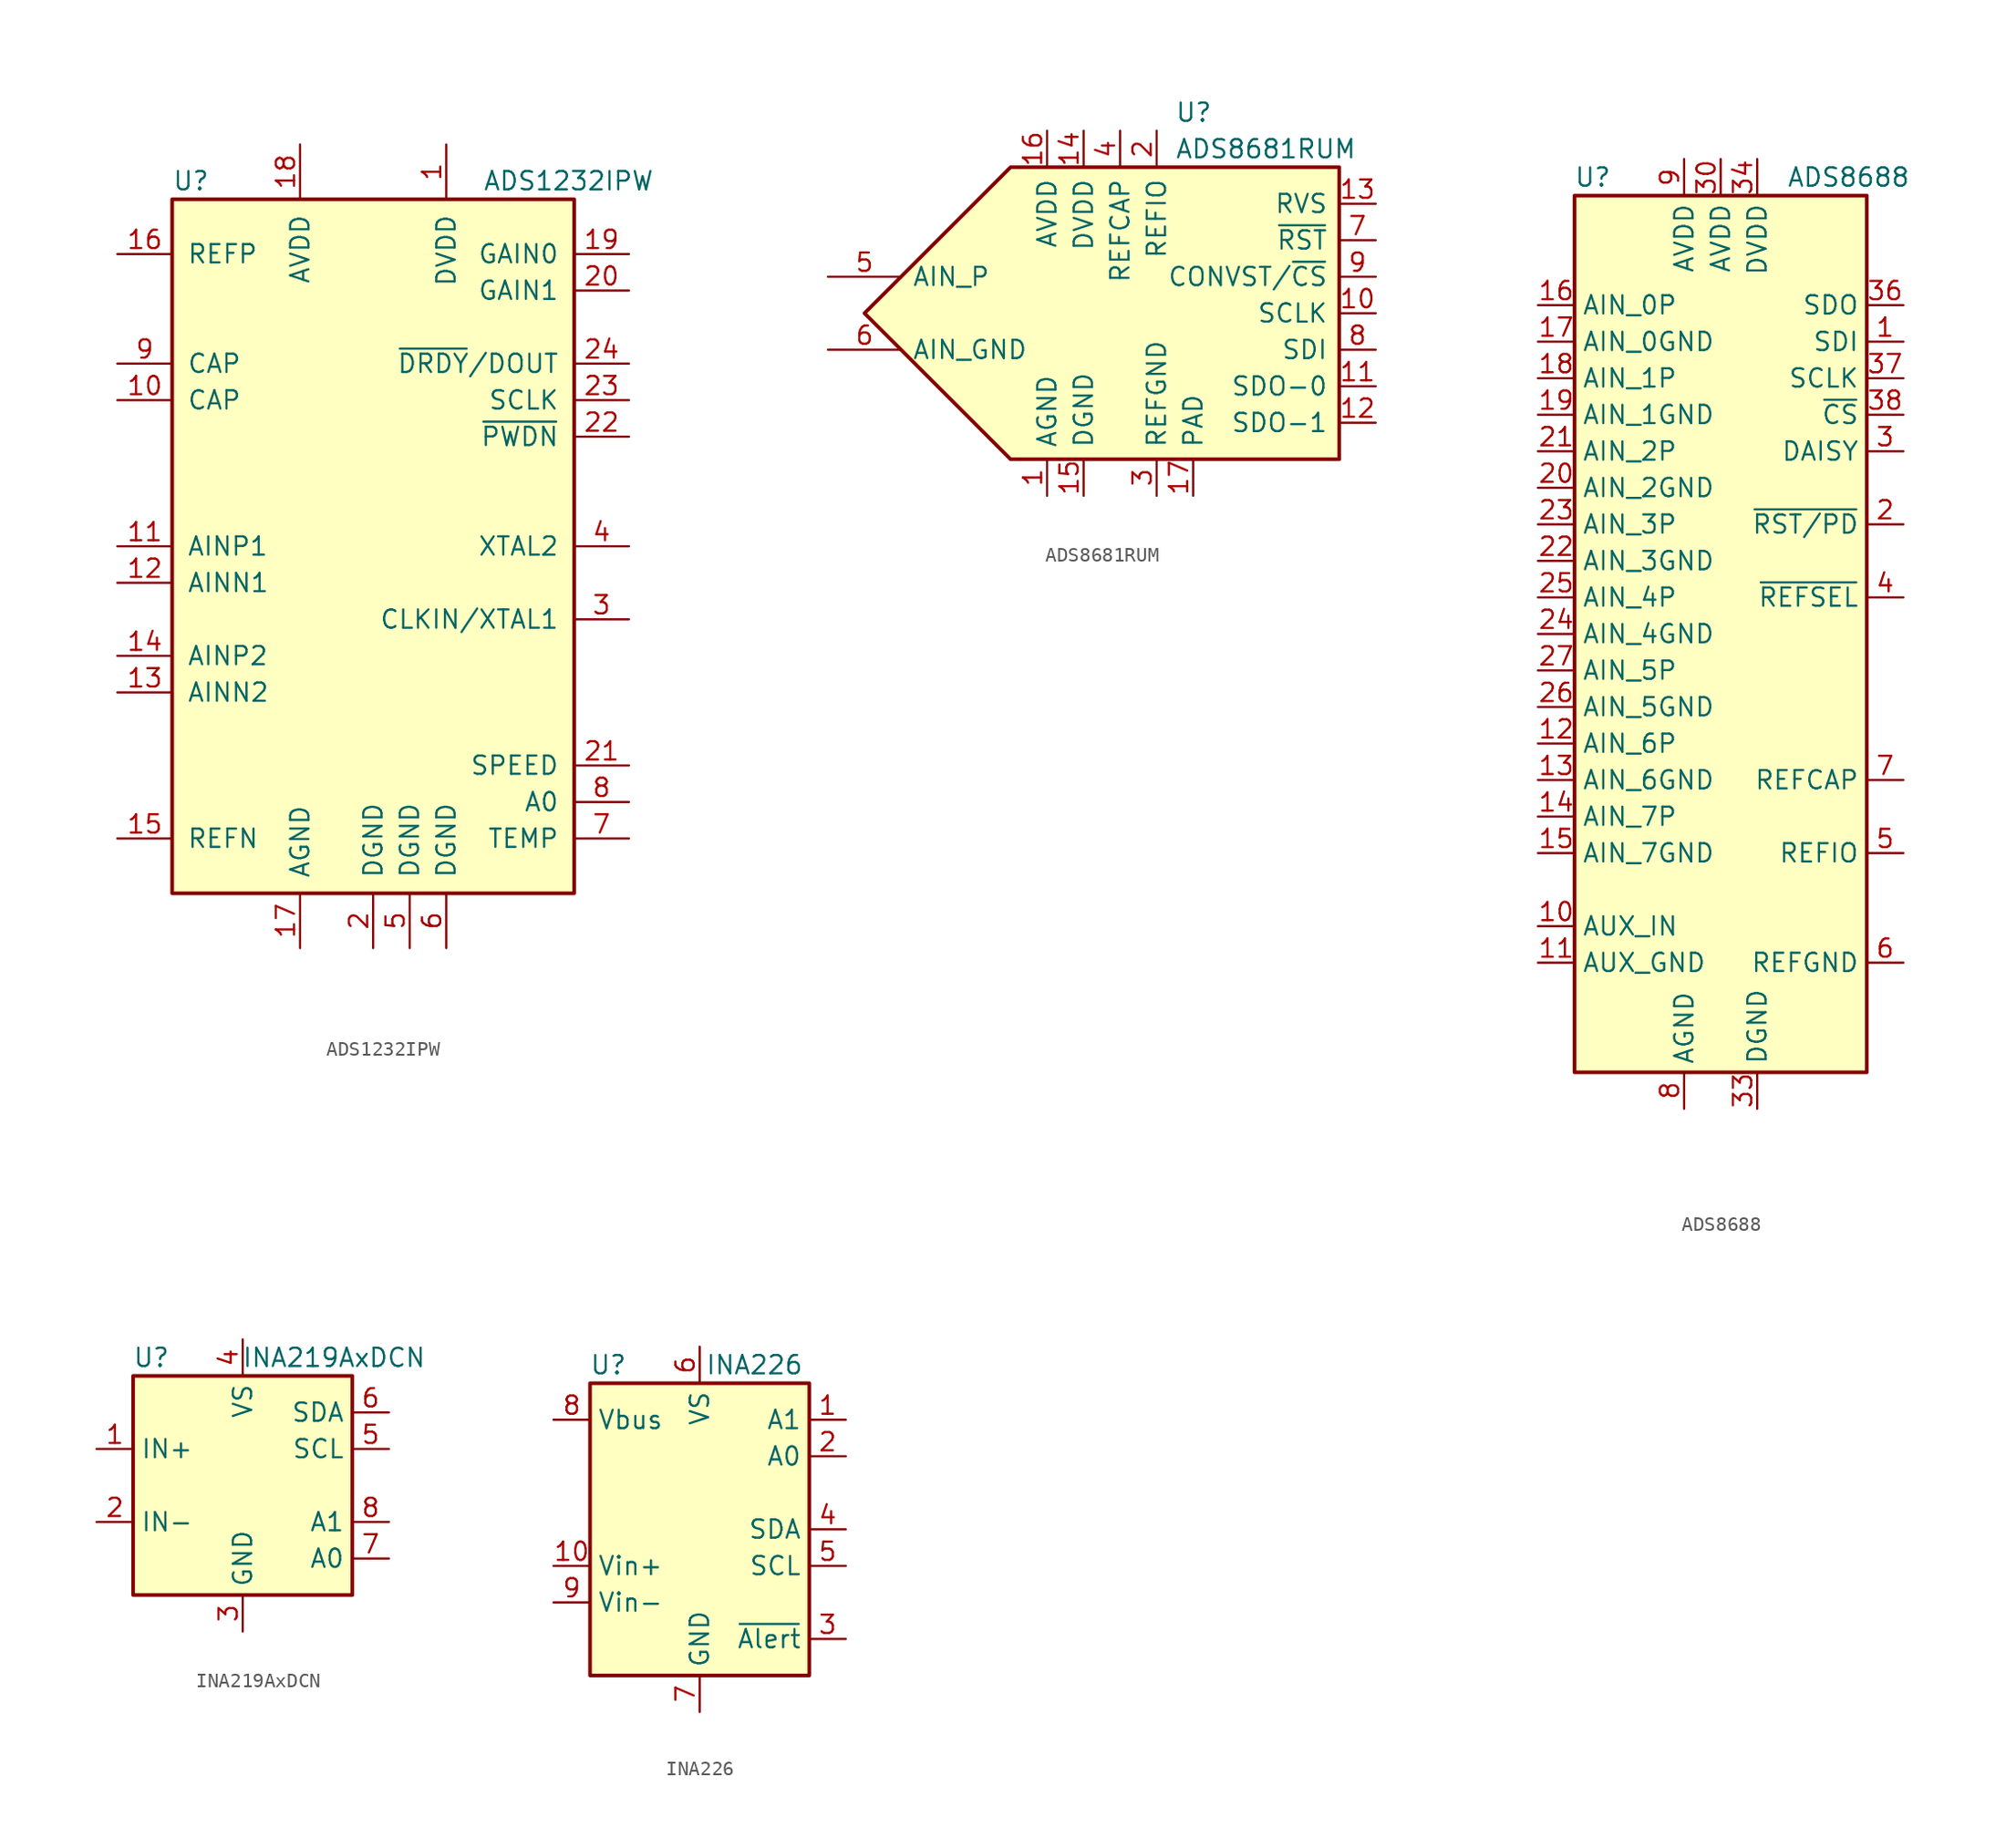
<source format=kicad_sym>
(kicad_symbol_lib
  (version 20211014)
  (generator kicad_symbol_editor)
  (symbol "ADS1232IPW"
    (pin_names
      (offset 1.016))
    (property "Reference" "U"
      (at -13.97 25.4 0)
      (effects (font (size 1.27 1.27)) (justify left)))
    (property "Value" "ADS1232IPW"
      (at 7.62 25.4 0)
      (effects (font (size 1.27 1.27)) (justify left)))
    (symbol "ADS1232IPW_0_1"
      (rectangle (start -13.97 24.13) (end 13.97 -24.13) (stroke (width 0.254) (type default) (color 0 0 0 0)) (fill (type background))))
    (symbol "ADS1232IPW_1_1"
      (pin power_in line (at 5.08 27.94 270) (length 3.81) (name "DVDD" (effects (font (size 1.27 1.27)))) (number "1" (effects (font (size 1.27 1.27)))))
      (pin passive line (at -17.78 10.16 0) (length 3.81) (name "CAP" (effects (font (size 1.27 1.27)))) (number "10" (effects (font (size 1.27 1.27)))))
      (pin input line (at -17.78 0 0) (length 3.81) (name "AINP1" (effects (font (size 1.27 1.27)))) (number "11" (effects (font (size 1.27 1.27)))))
      (pin input line (at -17.78 -2.54 0) (length 3.81) (name "AINN1" (effects (font (size 1.27 1.27)))) (number "12" (effects (font (size 1.27 1.27)))))
      (pin input line (at -17.78 -10.16 0) (length 3.81) (name "AINN2" (effects (font (size 1.27 1.27)))) (number "13" (effects (font (size 1.27 1.27)))))
      (pin input line (at -17.78 -7.62 0) (length 3.81) (name "AINP2" (effects (font (size 1.27 1.27)))) (number "14" (effects (font (size 1.27 1.27)))))
      (pin input line (at -17.78 -20.32 0) (length 3.81) (name "REFN" (effects (font (size 1.27 1.27)))) (number "15" (effects (font (size 1.27 1.27)))))
      (pin input line (at -17.78 20.32 0) (length 3.81) (name "REFP" (effects (font (size 1.27 1.27)))) (number "16" (effects (font (size 1.27 1.27)))))
      (pin power_in line (at -5.08 -27.94 90) (length 3.81) (name "AGND" (effects (font (size 1.27 1.27)))) (number "17" (effects (font (size 1.27 1.27)))))
      (pin power_in line (at -5.08 27.94 270) (length 3.81) (name "AVDD" (effects (font (size 1.27 1.27)))) (number "18" (effects (font (size 1.27 1.27)))))
      (pin input line (at 17.78 20.32 180) (length 3.81) (name "GAIN0" (effects (font (size 1.27 1.27)))) (number "19" (effects (font (size 1.27 1.27)))))
      (pin power_in line (at 0 -27.94 90) (length 3.81) (name "DGND" (effects (font (size 1.27 1.27)))) (number "2" (effects (font (size 1.27 1.27)))))
      (pin input line (at 17.78 17.78 180) (length 3.81) (name "GAIN1" (effects (font (size 1.27 1.27)))) (number "20" (effects (font (size 1.27 1.27)))))
      (pin input line (at 17.78 -15.24 180) (length 3.81) (name "SPEED" (effects (font (size 1.27 1.27)))) (number "21" (effects (font (size 1.27 1.27)))))
      (pin input line (at 17.78 7.62 180) (length 3.81) (name "~{PWDN}" (effects (font (size 1.27 1.27)))) (number "22" (effects (font (size 1.27 1.27)))))
      (pin input line (at 17.78 10.16 180) (length 3.81) (name "SCLK" (effects (font (size 1.27 1.27)))) (number "23" (effects (font (size 1.27 1.27)))))
      (pin output line (at 17.78 12.7 180) (length 3.81) (name "~{DRDY}/DOUT" (effects (font (size 1.27 1.27)))) (number "24" (effects (font (size 1.27 1.27)))))
      (pin bidirectional line (at 17.78 -5.08 180) (length 3.81) (name "CLKIN/XTAL1" (effects (font (size 1.27 1.27)))) (number "3" (effects (font (size 1.27 1.27)))))
      (pin bidirectional line (at 17.78 0 180) (length 3.81) (name "XTAL2" (effects (font (size 1.27 1.27)))) (number "4" (effects (font (size 1.27 1.27)))))
      (pin power_in line (at 2.54 -27.94 90) (length 3.81) (name "DGND" (effects (font (size 1.27 1.27)))) (number "5" (effects (font (size 1.27 1.27)))))
      (pin power_in line (at 5.08 -27.94 90) (length 3.81) (name "DGND" (effects (font (size 1.27 1.27)))) (number "6" (effects (font (size 1.27 1.27)))))
      (pin input line (at 17.78 -20.32 180) (length 3.81) (name "TEMP" (effects (font (size 1.27 1.27)))) (number "7" (effects (font (size 1.27 1.27)))))
      (pin input line (at 17.78 -17.78 180) (length 3.81) (name "A0" (effects (font (size 1.27 1.27)))) (number "8" (effects (font (size 1.27 1.27)))))
      (pin passive line (at -17.78 12.7 0) (length 3.81) (name "CAP" (effects (font (size 1.27 1.27)))) (number "9" (effects (font (size 1.27 1.27)))))))
  (symbol "ADS8681RUM"
    (pin_names
      (offset 0.762))
    (property "Reference" "U"
      (at 6.35 13.97 0)
      (effects (font (size 1.27 1.27)) (justify left)))
    (property "Value" "ADS8681RUM"
      (at 6.35 11.43 0)
      (effects (font (size 1.27 1.27)) (justify left)))
    (symbol "ADS8681RUM_0_1"
      (polyline (pts (xy -5.08 10.16) (xy 17.78 10.16) (xy 17.78 -10.16) (xy -5.08 -10.16) (xy -15.24 0) (xy -5.08 10.16)) (stroke (width 0.254) (type default) (color 0 0 0 0)) (fill (type background))))
    (symbol "ADS8681RUM_1_1"
      (pin power_in line (at -2.54 -12.7 90) (length 2.54) (name "AGND" (effects (font (size 1.27 1.27)))) (number "1" (effects (font (size 1.27 1.27)))))
      (pin input line (at 20.32 0 180) (length 2.54) (name "SCLK" (effects (font (size 1.27 1.27)))) (number "10" (effects (font (size 1.27 1.27)))))
      (pin tri_state line (at 20.32 -5.08 180) (length 2.54) (name "SDO-0" (effects (font (size 1.27 1.27)))) (number "11" (effects (font (size 1.27 1.27)))))
      (pin tri_state line (at 20.32 -7.62 180) (length 2.54) (name "SDO-1" (effects (font (size 1.27 1.27)))) (number "12" (effects (font (size 1.27 1.27)))))
      (pin output line (at 20.32 7.62 180) (length 2.54) (name "RVS" (effects (font (size 1.27 1.27)))) (number "13" (effects (font (size 1.27 1.27)))))
      (pin power_in line (at 0 12.7 270) (length 2.54) (name "DVDD" (effects (font (size 1.27 1.27)))) (number "14" (effects (font (size 1.27 1.27)))))
      (pin power_in line (at 0 -12.7 90) (length 2.54) (name "DGND" (effects (font (size 1.27 1.27)))) (number "15" (effects (font (size 1.27 1.27)))))
      (pin power_in line (at -2.54 12.7 270) (length 2.54) (name "AVDD" (effects (font (size 1.27 1.27)))) (number "16" (effects (font (size 1.27 1.27)))))
      (pin power_in line (at 7.62 -12.7 90) (length 2.54) (name "PAD" (effects (font (size 1.27 1.27)))) (number "17" (effects (font (size 1.27 1.27)))))
      (pin passive line (at 5.08 12.7 270) (length 2.54) (name "REFIO" (effects (font (size 1.27 1.27)))) (number "2" (effects (font (size 1.27 1.27)))))
      (pin power_in line (at 5.08 -12.7 90) (length 2.54) (name "REFGND" (effects (font (size 1.27 1.27)))) (number "3" (effects (font (size 1.27 1.27)))))
      (pin power_in line (at 2.54 12.7 270) (length 2.54) (name "REFCAP" (effects (font (size 1.27 1.27)))) (number "4" (effects (font (size 1.27 1.27)))))
      (pin input line (at -17.78 2.54 0) (length 5.08) (name "AIN_P" (effects (font (size 1.27 1.27)))) (number "5" (effects (font (size 1.27 1.27)))))
      (pin input line (at -17.78 -2.54 0) (length 5.08) (name "AIN_GND" (effects (font (size 1.27 1.27)))) (number "6" (effects (font (size 1.27 1.27)))))
      (pin input line (at 20.32 5.08 180) (length 2.54) (name "~{RST}" (effects (font (size 1.27 1.27)))) (number "7" (effects (font (size 1.27 1.27)))))
      (pin input line (at 20.32 -2.54 180) (length 2.54) (name "SDI" (effects (font (size 1.27 1.27)))) (number "8" (effects (font (size 1.27 1.27)))))
      (pin input line (at 20.32 2.54 180) (length 2.54) (name "CONVST/~{CS}" (effects (font (size 1.27 1.27)))) (number "9" (effects (font (size 1.27 1.27)))))))
  (symbol "ADS8688"
    (property "Reference" "U"
      (at -8.89 31.75 0)
      (effects (font (size 1.27 1.27))))
    (property "Value" "ADS8688"
      (at 8.89 31.75 0)
      (effects (font (size 1.27 1.27))))
    (symbol "ADS8688_0_1"
      (rectangle (start -10.16 30.48) (end 10.16 -30.48) (stroke (width 0.254) (type default) (color 0 0 0 0)) (fill (type background))))
    (symbol "ADS8688_1_1"
      (pin input line (at 12.7 20.32 180) (length 2.54) (name "SDI" (effects (font (size 1.27 1.27)))) (number "1" (effects (font (size 1.27 1.27)))))
      (pin input line (at -12.7 -20.32 0) (length 2.54) (name "AUX_IN" (effects (font (size 1.27 1.27)))) (number "10" (effects (font (size 1.27 1.27)))))
      (pin input line (at -12.7 -22.86 0) (length 2.54) (name "AUX_GND" (effects (font (size 1.27 1.27)))) (number "11" (effects (font (size 1.27 1.27)))))
      (pin input line (at -12.7 -7.62 0) (length 2.54) (name "AIN_6P" (effects (font (size 1.27 1.27)))) (number "12" (effects (font (size 1.27 1.27)))))
      (pin input line (at -12.7 -10.16 0) (length 2.54) (name "AIN_6GND" (effects (font (size 1.27 1.27)))) (number "13" (effects (font (size 1.27 1.27)))))
      (pin input line (at -12.7 -12.7 0) (length 2.54) (name "AIN_7P" (effects (font (size 1.27 1.27)))) (number "14" (effects (font (size 1.27 1.27)))))
      (pin input line (at -12.7 -15.24 0) (length 2.54) (name "AIN_7GND" (effects (font (size 1.27 1.27)))) (number "15" (effects (font (size 1.27 1.27)))))
      (pin input line (at -12.7 22.86 0) (length 2.54) (name "AIN_0P" (effects (font (size 1.27 1.27)))) (number "16" (effects (font (size 1.27 1.27)))))
      (pin input line (at -12.7 20.32 0) (length 2.54) (name "AIN_0GND" (effects (font (size 1.27 1.27)))) (number "17" (effects (font (size 1.27 1.27)))))
      (pin input line (at -12.7 17.78 0) (length 2.54) (name "AIN_1P" (effects (font (size 1.27 1.27)))) (number "18" (effects (font (size 1.27 1.27)))))
      (pin input line (at -12.7 15.24 0) (length 2.54) (name "AIN_1GND" (effects (font (size 1.27 1.27)))) (number "19" (effects (font (size 1.27 1.27)))))
      (pin input line (at 12.7 7.62 180) (length 2.54) (name "~{RST/PD}" (effects (font (size 1.27 1.27)))) (number "2" (effects (font (size 1.27 1.27)))))
      (pin input line (at -12.7 10.16 0) (length 2.54) (name "AIN_2GND" (effects (font (size 1.27 1.27)))) (number "20" (effects (font (size 1.27 1.27)))))
      (pin input line (at -12.7 12.7 0) (length 2.54) (name "AIN_2P" (effects (font (size 1.27 1.27)))) (number "21" (effects (font (size 1.27 1.27)))))
      (pin input line (at -12.7 5.08 0) (length 2.54) (name "AIN_3GND" (effects (font (size 1.27 1.27)))) (number "22" (effects (font (size 1.27 1.27)))))
      (pin input line (at -12.7 7.62 0) (length 2.54) (name "AIN_3P" (effects (font (size 1.27 1.27)))) (number "23" (effects (font (size 1.27 1.27)))))
      (pin input line (at -12.7 0 0) (length 2.54) (name "AIN_4GND" (effects (font (size 1.27 1.27)))) (number "24" (effects (font (size 1.27 1.27)))))
      (pin input line (at -12.7 2.54 0) (length 2.54) (name "AIN_4P" (effects (font (size 1.27 1.27)))) (number "25" (effects (font (size 1.27 1.27)))))
      (pin input line (at -12.7 -5.08 0) (length 2.54) (name "AIN_5GND" (effects (font (size 1.27 1.27)))) (number "26" (effects (font (size 1.27 1.27)))))
      (pin input line (at -12.7 -2.54 0) (length 2.54) (name "AIN_5P" (effects (font (size 1.27 1.27)))) (number "27" (effects (font (size 1.27 1.27)))))
      (pin passive line (at -2.54 -33.02 90) (length 2.54) hide (name "AGND" (effects (font (size 1.27 1.27)))) (number "28" (effects (font (size 1.27 1.27)))))
      (pin passive line (at -2.54 -33.02 90) (length 2.54) hide (name "AGND" (effects (font (size 1.27 1.27)))) (number "29" (effects (font (size 1.27 1.27)))))
      (pin input line (at 12.7 12.7 180) (length 2.54) (name "DAISY" (effects (font (size 1.27 1.27)))) (number "3" (effects (font (size 1.27 1.27)))))
      (pin power_in line (at 0 33.02 270) (length 2.54) (name "AVDD" (effects (font (size 1.27 1.27)))) (number "30" (effects (font (size 1.27 1.27)))))
      (pin passive line (at -2.54 -33.02 90) (length 2.54) hide (name "AGND" (effects (font (size 1.27 1.27)))) (number "31" (effects (font (size 1.27 1.27)))))
      (pin passive line (at -2.54 -33.02 90) (length 2.54) hide (name "AGND" (effects (font (size 1.27 1.27)))) (number "32" (effects (font (size 1.27 1.27)))))
      (pin power_in line (at 2.54 -33.02 90) (length 2.54) (name "DGND" (effects (font (size 1.27 1.27)))) (number "33" (effects (font (size 1.27 1.27)))))
      (pin power_in line (at 2.54 33.02 270) (length 2.54) (name "DVDD" (effects (font (size 1.27 1.27)))) (number "34" (effects (font (size 1.27 1.27)))))
      (pin no_connect line (at 10.16 -5.08 180) (length 2.54) hide (name "DNC" (effects (font (size 1.27 1.27)))) (number "35" (effects (font (size 1.27 1.27)))))
      (pin output line (at 12.7 22.86 180) (length 2.54) (name "SDO" (effects (font (size 1.27 1.27)))) (number "36" (effects (font (size 1.27 1.27)))))
      (pin input line (at 12.7 17.78 180) (length 2.54) (name "SCLK" (effects (font (size 1.27 1.27)))) (number "37" (effects (font (size 1.27 1.27)))))
      (pin input line (at 12.7 15.24 180) (length 2.54) (name "~{CS}" (effects (font (size 1.27 1.27)))) (number "38" (effects (font (size 1.27 1.27)))))
      (pin input line (at 12.7 2.54 180) (length 2.54) (name "~{REFSEL}" (effects (font (size 1.27 1.27)))) (number "4" (effects (font (size 1.27 1.27)))))
      (pin passive line (at 12.7 -15.24 180) (length 2.54) (name "REFIO" (effects (font (size 1.27 1.27)))) (number "5" (effects (font (size 1.27 1.27)))))
      (pin power_in line (at 12.7 -22.86 180) (length 2.54) (name "REFGND" (effects (font (size 1.27 1.27)))) (number "6" (effects (font (size 1.27 1.27)))))
      (pin passive line (at 12.7 -10.16 180) (length 2.54) (name "REFCAP" (effects (font (size 1.27 1.27)))) (number "7" (effects (font (size 1.27 1.27)))))
      (pin power_in line (at -2.54 -33.02 90) (length 2.54) (name "AGND" (effects (font (size 1.27 1.27)))) (number "8" (effects (font (size 1.27 1.27)))))
      (pin power_in line (at -2.54 33.02 270) (length 2.54) (name "AVDD" (effects (font (size 1.27 1.27)))) (number "9" (effects (font (size 1.27 1.27)))))))
  (symbol "INA219AxDCN"
    (property "Reference" "U"
      (at -6.35 8.89 0)
      (effects (font (size 1.27 1.27))))
    (property "Value" "INA219AxDCN"
      (at 6.35 8.89 0)
      (effects (font (size 1.27 1.27))))
    (symbol "INA219AxDCN_0_1"
      (rectangle (start -7.62 7.62) (end 7.62 -7.62) (stroke (width 0.254) (type default) (color 0 0 0 0)) (fill (type background))))
    (symbol "INA219AxDCN_1_1"
      (pin input line (at -10.16 2.54 0) (length 2.54) (name "IN+" (effects (font (size 1.27 1.27)))) (number "1" (effects (font (size 1.27 1.27)))))
      (pin input line (at -10.16 -2.54 0) (length 2.54) (name "IN-" (effects (font (size 1.27 1.27)))) (number "2" (effects (font (size 1.27 1.27)))))
      (pin power_in line (at 0 -10.16 90) (length 2.54) (name "GND" (effects (font (size 1.27 1.27)))) (number "3" (effects (font (size 1.27 1.27)))))
      (pin power_in line (at 0 10.16 270) (length 2.54) (name "VS" (effects (font (size 1.27 1.27)))) (number "4" (effects (font (size 1.27 1.27)))))
      (pin input line (at 10.16 2.54 180) (length 2.54) (name "SCL" (effects (font (size 1.27 1.27)))) (number "5" (effects (font (size 1.27 1.27)))))
      (pin bidirectional line (at 10.16 5.08 180) (length 2.54) (name "SDA" (effects (font (size 1.27 1.27)))) (number "6" (effects (font (size 1.27 1.27)))))
      (pin input line (at 10.16 -5.08 180) (length 2.54) (name "A0" (effects (font (size 1.27 1.27)))) (number "7" (effects (font (size 1.27 1.27)))))
      (pin input line (at 10.16 -2.54 180) (length 2.54) (name "A1" (effects (font (size 1.27 1.27)))) (number "8" (effects (font (size 1.27 1.27)))))))
  (symbol "INA226"
    (property "Reference" "U"
      (at -6.35 11.43 0)
      (effects (font (size 1.27 1.27))))
    (property "Value" "INA226"
      (at 3.81 11.43 0)
      (effects (font (size 1.27 1.27))))
    (symbol "INA226_0_1"
      (rectangle (start 7.62 10.16) (end -7.62 -10.16) (stroke (width 0.254) (type default) (color 0 0 0 0)) (fill (type background))))
    (symbol "INA226_1_1"
      (pin input line (at 10.16 7.62 180) (length 2.54) (name "A1" (effects (font (size 1.27 1.27)))) (number "1" (effects (font (size 1.27 1.27)))))
      (pin input line (at -10.16 -2.54 0) (length 2.54) (name "Vin+" (effects (font (size 1.27 1.27)))) (number "10" (effects (font (size 1.27 1.27)))))
      (pin input line (at 10.16 5.08 180) (length 2.54) (name "A0" (effects (font (size 1.27 1.27)))) (number "2" (effects (font (size 1.27 1.27)))))
      (pin open_collector line (at 10.16 -7.62 180) (length 2.54) (name "~{Alert}" (effects (font (size 1.27 1.27)))) (number "3" (effects (font (size 1.27 1.27)))))
      (pin bidirectional line (at 10.16 0 180) (length 2.54) (name "SDA" (effects (font (size 1.27 1.27)))) (number "4" (effects (font (size 1.27 1.27)))))
      (pin input line (at 10.16 -2.54 180) (length 2.54) (name "SCL" (effects (font (size 1.27 1.27)))) (number "5" (effects (font (size 1.27 1.27)))))
      (pin power_in line (at 0 12.7 270) (length 2.54) (name "VS" (effects (font (size 1.27 1.27)))) (number "6" (effects (font (size 1.27 1.27)))))
      (pin power_in line (at 0 -12.7 90) (length 2.54) (name "GND" (effects (font (size 1.27 1.27)))) (number "7" (effects (font (size 1.27 1.27)))))
      (pin input line (at -10.16 7.62 0) (length 2.54) (name "Vbus" (effects (font (size 1.27 1.27)))) (number "8" (effects (font (size 1.27 1.27)))))
      (pin input line (at -10.16 -5.08 0) (length 2.54) (name "Vin-" (effects (font (size 1.27 1.27)))) (number "9" (effects (font (size 1.27 1.27))))))))
</source>
